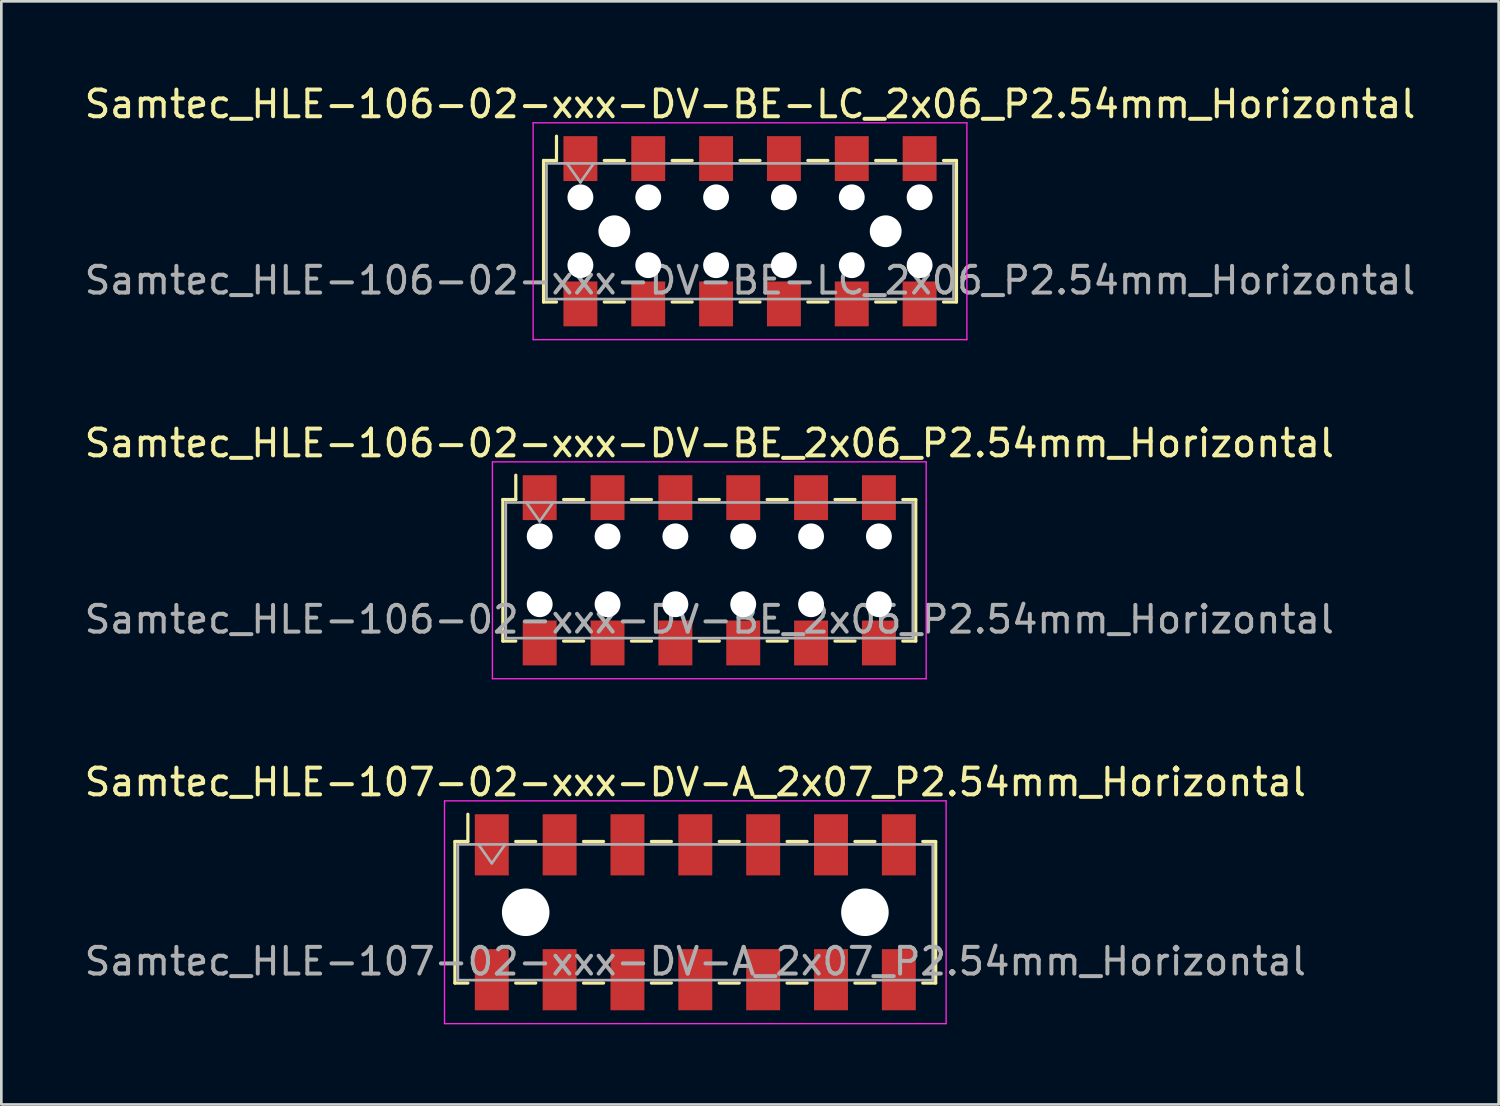
<source format=kicad_pcb>
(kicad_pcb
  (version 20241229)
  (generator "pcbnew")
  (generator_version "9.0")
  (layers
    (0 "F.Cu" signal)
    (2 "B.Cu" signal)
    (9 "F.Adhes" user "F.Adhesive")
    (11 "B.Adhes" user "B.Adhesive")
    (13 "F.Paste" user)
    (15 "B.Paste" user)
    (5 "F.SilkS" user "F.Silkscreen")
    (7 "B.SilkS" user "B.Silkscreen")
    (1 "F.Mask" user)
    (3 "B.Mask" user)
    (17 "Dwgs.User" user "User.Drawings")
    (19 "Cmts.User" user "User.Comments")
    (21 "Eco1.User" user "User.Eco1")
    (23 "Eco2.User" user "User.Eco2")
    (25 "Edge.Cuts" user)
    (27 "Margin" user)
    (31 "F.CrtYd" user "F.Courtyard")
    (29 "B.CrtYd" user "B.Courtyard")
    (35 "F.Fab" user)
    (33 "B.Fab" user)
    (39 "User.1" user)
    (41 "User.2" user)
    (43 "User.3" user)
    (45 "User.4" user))
  (footprint "Samtec_HLE-106-02-xxx-DV-BE-LC_2x06_P2.54mm_Horizontal"
    (layer "F.Cu")
    (at 25.03 5.608)
    (property "Reference" "Samtec_HLE-106-02-xxx-DV-BE-LC_2x06_P2.54mm_Horizontal" (at 0 -4.76 0) (layer "F.SilkS") (effects (font (size 1 1) (thickness 0.15))))
    (attr smd)
    (fp_line (start -7.73 -2.65) (end -7.73 2.65) (stroke (width 0.12) (type solid)) (layer "F.SilkS"))
    (fp_line (start -7.73 2.65) (end -7.245 2.65) (stroke (width 0.12) (type solid)) (layer "F.SilkS"))
    (fp_line (start -7.245 -3.56) (end -7.245 -2.65) (stroke (width 0.12) (type solid)) (layer "F.SilkS"))
    (fp_line (start -7.245 -2.65) (end -7.73 -2.65) (stroke (width 0.12) (type solid)) (layer "F.SilkS"))
    (fp_line (start -5.455 -2.65) (end -4.705 -2.65) (stroke (width 0.12) (type solid)) (layer "F.SilkS"))
    (fp_line (start -5.455 2.65) (end -4.705 2.65) (stroke (width 0.12) (type solid)) (layer "F.SilkS"))
    (fp_line (start -2.915 -2.65) (end -2.165 -2.65) (stroke (width 0.12) (type solid)) (layer "F.SilkS"))
    (fp_line (start -2.915 2.65) (end -2.165 2.65) (stroke (width 0.12) (type solid)) (layer "F.SilkS"))
    (fp_line (start -0.375 -2.65) (end 0.375 -2.65) (stroke (width 0.12) (type solid)) (layer "F.SilkS"))
    (fp_line (start -0.375 2.65) (end 0.375 2.65) (stroke (width 0.12) (type solid)) (layer "F.SilkS"))
    (fp_line (start 2.165 -2.65) (end 2.915 -2.65) (stroke (width 0.12) (type solid)) (layer "F.SilkS"))
    (fp_line (start 2.165 2.65) (end 2.915 2.65) (stroke (width 0.12) (type solid)) (layer "F.SilkS"))
    (fp_line (start 4.705 -2.65) (end 5.455 -2.65) (stroke (width 0.12) (type solid)) (layer "F.SilkS"))
    (fp_line (start 4.705 2.65) (end 5.455 2.65) (stroke (width 0.12) (type solid)) (layer "F.SilkS"))
    (fp_line (start 7.245 -2.65) (end 7.73 -2.65) (stroke (width 0.12) (type solid)) (layer "F.SilkS"))
    (fp_line (start 7.73 -2.65) (end 7.73 2.65) (stroke (width 0.12) (type solid)) (layer "F.SilkS"))
    (fp_line (start 7.73 2.65) (end 7.245 2.65) (stroke (width 0.12) (type solid)) (layer "F.SilkS"))
    (fp_line (start -8.12 -4.06) (end 8.12 -4.06) (stroke (width 0.05) (type solid)) (layer "F.CrtYd"))
    (fp_line (start -8.12 4.06) (end -8.12 -4.06) (stroke (width 0.05) (type solid)) (layer "F.CrtYd"))
    (fp_line (start 8.12 -4.06) (end 8.12 4.06) (stroke (width 0.05) (type solid)) (layer "F.CrtYd"))
    (fp_line (start 8.12 4.06) (end -8.12 4.06) (stroke (width 0.05) (type solid)) (layer "F.CrtYd"))
    (fp_line (start -7.62 -2.54) (end 7.62 -2.54) (stroke (width 0.1) (type solid)) (layer "F.Fab"))
    (fp_line (start -7.62 2.54) (end -7.62 -2.54) (stroke (width 0.1) (type solid)) (layer "F.Fab"))
    (fp_line (start -6.85 -2.54) (end -6.35 -1.833) (stroke (width 0.1) (type solid)) (layer "F.Fab"))
    (fp_line (start -6.35 -1.833) (end -5.85 -2.54) (stroke (width 0.1) (type solid)) (layer "F.Fab"))
    (fp_line (start 7.62 -2.54) (end 7.62 2.54) (stroke (width 0.1) (type solid)) (layer "F.Fab"))
    (fp_line (start 7.62 2.54) (end -7.62 2.54) (stroke (width 0.1) (type solid)) (layer "F.Fab"))
    (fp_text user "${REFERENCE}" (at 0 1.84 0) (layer "F.Fab") (effects (font (size 1 1) (thickness 0.15))))
    (pad "" np_thru_hole circle (at -6.35 -1.27) (size 0.97 0.97) (drill 0.97) (layers "*.Cu" "*.Mask"))
    (pad "" np_thru_hole circle (at -6.35 1.27) (size 0.97 0.97) (drill 0.97) (layers "*.Cu" "*.Mask"))
    (pad "" np_thru_hole circle (at -5.08 0) (size 1.19 1.19) (drill 1.19) (layers "*.Cu" "*.Mask"))
    (pad "" np_thru_hole circle (at -3.81 -1.27) (size 0.97 0.97) (drill 0.97) (layers "*.Cu" "*.Mask"))
    (pad "" np_thru_hole circle (at -3.81 1.27) (size 0.97 0.97) (drill 0.97) (layers "*.Cu" "*.Mask"))
    (pad "" np_thru_hole circle (at -1.27 -1.27) (size 0.97 0.97) (drill 0.97) (layers "*.Cu" "*.Mask"))
    (pad "" np_thru_hole circle (at -1.27 1.27) (size 0.97 0.97) (drill 0.97) (layers "*.Cu" "*.Mask"))
    (pad "" np_thru_hole circle (at 1.27 -1.27) (size 0.97 0.97) (drill 0.97) (layers "*.Cu" "*.Mask"))
    (pad "" np_thru_hole circle (at 1.27 1.27) (size 0.97 0.97) (drill 0.97) (layers "*.Cu" "*.Mask"))
    (pad "" np_thru_hole circle (at 3.81 -1.27) (size 0.97 0.97) (drill 0.97) (layers "*.Cu" "*.Mask"))
    (pad "" np_thru_hole circle (at 3.81 1.27) (size 0.97 0.97) (drill 0.97) (layers "*.Cu" "*.Mask"))
    (pad "" np_thru_hole circle (at 5.08 0) (size 1.19 1.19) (drill 1.19) (layers "*.Cu" "*.Mask"))
    (pad "" np_thru_hole circle (at 6.35 -1.27) (size 0.97 0.97) (drill 0.97) (layers "*.Cu" "*.Mask"))
    (pad "" np_thru_hole circle (at 6.35 1.27) (size 0.97 0.97) (drill 0.97) (layers "*.Cu" "*.Mask"))
    (pad "1" smd rect (at -6.35 -2.72) (size 1.27 1.68) (layers "F.Cu" "F.Mask" "F.Paste"))
    (pad "2" smd rect (at -6.35 2.72) (size 1.27 1.68) (layers "F.Cu" "F.Mask" "F.Paste"))
    (pad "3" smd rect (at -3.81 -2.72) (size 1.27 1.68) (layers "F.Cu" "F.Mask" "F.Paste"))
    (pad "4" smd rect (at -3.81 2.72) (size 1.27 1.68) (layers "F.Cu" "F.Mask" "F.Paste"))
    (pad "5" smd rect (at -1.27 -2.72) (size 1.27 1.68) (layers "F.Cu" "F.Mask" "F.Paste"))
    (pad "6" smd rect (at -1.27 2.72) (size 1.27 1.68) (layers "F.Cu" "F.Mask" "F.Paste"))
    (pad "7" smd rect (at 1.27 -2.72) (size 1.27 1.68) (layers "F.Cu" "F.Mask" "F.Paste"))
    (pad "8" smd rect (at 1.27 2.72) (size 1.27 1.68) (layers "F.Cu" "F.Mask" "F.Paste"))
    (pad "9" smd rect (at 3.81 -2.72) (size 1.27 1.68) (layers "F.Cu" "F.Mask" "F.Paste"))
    (pad "10" smd rect (at 3.81 2.72) (size 1.27 1.68) (layers "F.Cu" "F.Mask" "F.Paste"))
    (pad "11" smd rect (at 6.35 -2.72) (size 1.27 1.68) (layers "F.Cu" "F.Mask" "F.Paste"))
    (pad "12" smd rect (at 6.35 2.72) (size 1.27 1.68) (layers "F.Cu" "F.Mask" "F.Paste")))
  (footprint "Samtec_HLE-107-02-xxx-DV-A_2x07_P2.54mm_Horizontal"
    (layer "F.Cu")
    (at 22.982 31.105)
    (property "Reference" "Samtec_HLE-107-02-xxx-DV-A_2x07_P2.54mm_Horizontal" (at 0 -4.87 0) (layer "F.SilkS") (effects (font (size 1 1) (thickness 0.15))))
    (attr smd)
    (fp_line (start -9 -2.65) (end -9 2.65) (stroke (width 0.12) (type solid)) (layer "F.SilkS"))
    (fp_line (start -9 2.65) (end -8.515 2.65) (stroke (width 0.12) (type solid)) (layer "F.SilkS"))
    (fp_line (start -8.515 -3.67) (end -8.515 -2.65) (stroke (width 0.12) (type solid)) (layer "F.SilkS"))
    (fp_line (start -8.515 -2.65) (end -9 -2.65) (stroke (width 0.12) (type solid)) (layer "F.SilkS"))
    (fp_line (start -6.725 -2.65) (end -5.975 -2.65) (stroke (width 0.12) (type solid)) (layer "F.SilkS"))
    (fp_line (start -6.725 2.65) (end -5.975 2.65) (stroke (width 0.12) (type solid)) (layer "F.SilkS"))
    (fp_line (start -4.185 -2.65) (end -3.435 -2.65) (stroke (width 0.12) (type solid)) (layer "F.SilkS"))
    (fp_line (start -4.185 2.65) (end -3.435 2.65) (stroke (width 0.12) (type solid)) (layer "F.SilkS"))
    (fp_line (start -1.645 -2.65) (end -0.895 -2.65) (stroke (width 0.12) (type solid)) (layer "F.SilkS"))
    (fp_line (start -1.645 2.65) (end -0.895 2.65) (stroke (width 0.12) (type solid)) (layer "F.SilkS"))
    (fp_line (start 0.895 -2.65) (end 1.645 -2.65) (stroke (width 0.12) (type solid)) (layer "F.SilkS"))
    (fp_line (start 0.895 2.65) (end 1.645 2.65) (stroke (width 0.12) (type solid)) (layer "F.SilkS"))
    (fp_line (start 3.435 -2.65) (end 4.185 -2.65) (stroke (width 0.12) (type solid)) (layer "F.SilkS"))
    (fp_line (start 3.435 2.65) (end 4.185 2.65) (stroke (width 0.12) (type solid)) (layer "F.SilkS"))
    (fp_line (start 5.975 -2.65) (end 6.725 -2.65) (stroke (width 0.12) (type solid)) (layer "F.SilkS"))
    (fp_line (start 5.975 2.65) (end 6.725 2.65) (stroke (width 0.12) (type solid)) (layer "F.SilkS"))
    (fp_line (start 8.515 -2.65) (end 9 -2.65) (stroke (width 0.12) (type solid)) (layer "F.SilkS"))
    (fp_line (start 9 -2.65) (end 9 2.65) (stroke (width 0.12) (type solid)) (layer "F.SilkS"))
    (fp_line (start 9 2.65) (end 8.515 2.65) (stroke (width 0.12) (type solid)) (layer "F.SilkS"))
    (fp_line (start -9.39 -4.17) (end 9.39 -4.17) (stroke (width 0.05) (type solid)) (layer "F.CrtYd"))
    (fp_line (start -9.39 4.17) (end -9.39 -4.17) (stroke (width 0.05) (type solid)) (layer "F.CrtYd"))
    (fp_line (start 9.39 -4.17) (end 9.39 4.17) (stroke (width 0.05) (type solid)) (layer "F.CrtYd"))
    (fp_line (start 9.39 4.17) (end -9.39 4.17) (stroke (width 0.05) (type solid)) (layer "F.CrtYd"))
    (fp_line (start -8.89 -2.54) (end 8.89 -2.54) (stroke (width 0.1) (type solid)) (layer "F.Fab"))
    (fp_line (start -8.89 2.54) (end -8.89 -2.54) (stroke (width 0.1) (type solid)) (layer "F.Fab"))
    (fp_line (start -8.12 -2.54) (end -7.62 -1.833) (stroke (width 0.1) (type solid)) (layer "F.Fab"))
    (fp_line (start -7.62 -1.833) (end -7.12 -2.54) (stroke (width 0.1) (type solid)) (layer "F.Fab"))
    (fp_line (start 8.89 -2.54) (end 8.89 2.54) (stroke (width 0.1) (type solid)) (layer "F.Fab"))
    (fp_line (start 8.89 2.54) (end -8.89 2.54) (stroke (width 0.1) (type solid)) (layer "F.Fab"))
    (fp_text user "${REFERENCE}" (at 0 1.84 0) (layer "F.Fab") (effects (font (size 1 1) (thickness 0.15))))
    (pad "" np_thru_hole circle (at -6.35 0) (size 1.78 1.78) (drill 1.78) (layers "*.Cu" "*.Mask"))
    (pad "" np_thru_hole circle (at 6.35 0) (size 1.78 1.78) (drill 1.78) (layers "*.Cu" "*.Mask"))
    (pad "1" smd rect (at -7.62 -2.525) (size 1.27 2.29) (layers "F.Cu" "F.Mask" "F.Paste"))
    (pad "2" smd rect (at -7.62 2.525) (size 1.27 2.29) (layers "F.Cu" "F.Mask" "F.Paste"))
    (pad "3" smd rect (at -5.08 -2.525) (size 1.27 2.29) (layers "F.Cu" "F.Mask" "F.Paste"))
    (pad "4" smd rect (at -5.08 2.525) (size 1.27 2.29) (layers "F.Cu" "F.Mask" "F.Paste"))
    (pad "5" smd rect (at -2.54 -2.525) (size 1.27 2.29) (layers "F.Cu" "F.Mask" "F.Paste"))
    (pad "6" smd rect (at -2.54 2.525) (size 1.27 2.29) (layers "F.Cu" "F.Mask" "F.Paste"))
    (pad "7" smd rect (at 0 -2.525) (size 1.27 2.29) (layers "F.Cu" "F.Mask" "F.Paste"))
    (pad "8" smd rect (at 0 2.525) (size 1.27 2.29) (layers "F.Cu" "F.Mask" "F.Paste"))
    (pad "9" smd rect (at 2.54 -2.525) (size 1.27 2.29) (layers "F.Cu" "F.Mask" "F.Paste"))
    (pad "10" smd rect (at 2.54 2.525) (size 1.27 2.29) (layers "F.Cu" "F.Mask" "F.Paste"))
    (pad "11" smd rect (at 5.08 -2.525) (size 1.27 2.29) (layers "F.Cu" "F.Mask" "F.Paste"))
    (pad "12" smd rect (at 5.08 2.525) (size 1.27 2.29) (layers "F.Cu" "F.Mask" "F.Paste"))
    (pad "13" smd rect (at 7.62 -2.525) (size 1.27 2.29) (layers "F.Cu" "F.Mask" "F.Paste"))
    (pad "14" smd rect (at 7.62 2.525) (size 1.27 2.29) (layers "F.Cu" "F.Mask" "F.Paste")))
  (footprint "Samtec_HLE-106-02-xxx-DV-BE_2x06_P2.54mm_Horizontal"
    (layer "F.Cu")
    (at 23.506 18.302)
    (property "Reference" "Samtec_HLE-106-02-xxx-DV-BE_2x06_P2.54mm_Horizontal" (at 0 -4.76 0) (layer "F.SilkS") (effects (font (size 1 1) (thickness 0.15))))
    (attr smd)
    (fp_line (start -7.73 -2.65) (end -7.73 2.65) (stroke (width 0.12) (type solid)) (layer "F.SilkS"))
    (fp_line (start -7.73 2.65) (end -7.245 2.65) (stroke (width 0.12) (type solid)) (layer "F.SilkS"))
    (fp_line (start -7.245 -3.56) (end -7.245 -2.65) (stroke (width 0.12) (type solid)) (layer "F.SilkS"))
    (fp_line (start -7.245 -2.65) (end -7.73 -2.65) (stroke (width 0.12) (type solid)) (layer "F.SilkS"))
    (fp_line (start -5.455 -2.65) (end -4.705 -2.65) (stroke (width 0.12) (type solid)) (layer "F.SilkS"))
    (fp_line (start -5.455 2.65) (end -4.705 2.65) (stroke (width 0.12) (type solid)) (layer "F.SilkS"))
    (fp_line (start -2.915 -2.65) (end -2.165 -2.65) (stroke (width 0.12) (type solid)) (layer "F.SilkS"))
    (fp_line (start -2.915 2.65) (end -2.165 2.65) (stroke (width 0.12) (type solid)) (layer "F.SilkS"))
    (fp_line (start -0.375 -2.65) (end 0.375 -2.65) (stroke (width 0.12) (type solid)) (layer "F.SilkS"))
    (fp_line (start -0.375 2.65) (end 0.375 2.65) (stroke (width 0.12) (type solid)) (layer "F.SilkS"))
    (fp_line (start 2.165 -2.65) (end 2.915 -2.65) (stroke (width 0.12) (type solid)) (layer "F.SilkS"))
    (fp_line (start 2.165 2.65) (end 2.915 2.65) (stroke (width 0.12) (type solid)) (layer "F.SilkS"))
    (fp_line (start 4.705 -2.65) (end 5.455 -2.65) (stroke (width 0.12) (type solid)) (layer "F.SilkS"))
    (fp_line (start 4.705 2.65) (end 5.455 2.65) (stroke (width 0.12) (type solid)) (layer "F.SilkS"))
    (fp_line (start 7.245 -2.65) (end 7.73 -2.65) (stroke (width 0.12) (type solid)) (layer "F.SilkS"))
    (fp_line (start 7.73 -2.65) (end 7.73 2.65) (stroke (width 0.12) (type solid)) (layer "F.SilkS"))
    (fp_line (start 7.73 2.65) (end 7.245 2.65) (stroke (width 0.12) (type solid)) (layer "F.SilkS"))
    (fp_line (start -8.12 -4.06) (end 8.12 -4.06) (stroke (width 0.05) (type solid)) (layer "F.CrtYd"))
    (fp_line (start -8.12 4.06) (end -8.12 -4.06) (stroke (width 0.05) (type solid)) (layer "F.CrtYd"))
    (fp_line (start 8.12 -4.06) (end 8.12 4.06) (stroke (width 0.05) (type solid)) (layer "F.CrtYd"))
    (fp_line (start 8.12 4.06) (end -8.12 4.06) (stroke (width 0.05) (type solid)) (layer "F.CrtYd"))
    (fp_line (start -7.62 -2.54) (end 7.62 -2.54) (stroke (width 0.1) (type solid)) (layer "F.Fab"))
    (fp_line (start -7.62 2.54) (end -7.62 -2.54) (stroke (width 0.1) (type solid)) (layer "F.Fab"))
    (fp_line (start -6.85 -2.54) (end -6.35 -1.833) (stroke (width 0.1) (type solid)) (layer "F.Fab"))
    (fp_line (start -6.35 -1.833) (end -5.85 -2.54) (stroke (width 0.1) (type solid)) (layer "F.Fab"))
    (fp_line (start 7.62 -2.54) (end 7.62 2.54) (stroke (width 0.1) (type solid)) (layer "F.Fab"))
    (fp_line (start 7.62 2.54) (end -7.62 2.54) (stroke (width 0.1) (type solid)) (layer "F.Fab"))
    (fp_text user "${REFERENCE}" (at 0 1.84 0) (layer "F.Fab") (effects (font (size 1 1) (thickness 0.15))))
    (pad "" np_thru_hole circle (at -6.35 -1.27) (size 0.97 0.97) (drill 0.97) (layers "*.Cu" "*.Mask"))
    (pad "" np_thru_hole circle (at -6.35 1.27) (size 0.97 0.97) (drill 0.97) (layers "*.Cu" "*.Mask"))
    (pad "" np_thru_hole circle (at -3.81 -1.27) (size 0.97 0.97) (drill 0.97) (layers "*.Cu" "*.Mask"))
    (pad "" np_thru_hole circle (at -3.81 1.27) (size 0.97 0.97) (drill 0.97) (layers "*.Cu" "*.Mask"))
    (pad "" np_thru_hole circle (at -1.27 -1.27) (size 0.97 0.97) (drill 0.97) (layers "*.Cu" "*.Mask"))
    (pad "" np_thru_hole circle (at -1.27 1.27) (size 0.97 0.97) (drill 0.97) (layers "*.Cu" "*.Mask"))
    (pad "" np_thru_hole circle (at 1.27 -1.27) (size 0.97 0.97) (drill 0.97) (layers "*.Cu" "*.Mask"))
    (pad "" np_thru_hole circle (at 1.27 1.27) (size 0.97 0.97) (drill 0.97) (layers "*.Cu" "*.Mask"))
    (pad "" np_thru_hole circle (at 3.81 -1.27) (size 0.97 0.97) (drill 0.97) (layers "*.Cu" "*.Mask"))
    (pad "" np_thru_hole circle (at 3.81 1.27) (size 0.97 0.97) (drill 0.97) (layers "*.Cu" "*.Mask"))
    (pad "" np_thru_hole circle (at 6.35 -1.27) (size 0.97 0.97) (drill 0.97) (layers "*.Cu" "*.Mask"))
    (pad "" np_thru_hole circle (at 6.35 1.27) (size 0.97 0.97) (drill 0.97) (layers "*.Cu" "*.Mask"))
    (pad "1" smd rect (at -6.35 -2.72) (size 1.27 1.68) (layers "F.Cu" "F.Mask" "F.Paste"))
    (pad "2" smd rect (at -6.35 2.72) (size 1.27 1.68) (layers "F.Cu" "F.Mask" "F.Paste"))
    (pad "3" smd rect (at -3.81 -2.72) (size 1.27 1.68) (layers "F.Cu" "F.Mask" "F.Paste"))
    (pad "4" smd rect (at -3.81 2.72) (size 1.27 1.68) (layers "F.Cu" "F.Mask" "F.Paste"))
    (pad "5" smd rect (at -1.27 -2.72) (size 1.27 1.68) (layers "F.Cu" "F.Mask" "F.Paste"))
    (pad "6" smd rect (at -1.27 2.72) (size 1.27 1.68) (layers "F.Cu" "F.Mask" "F.Paste"))
    (pad "7" smd rect (at 1.27 -2.72) (size 1.27 1.68) (layers "F.Cu" "F.Mask" "F.Paste"))
    (pad "8" smd rect (at 1.27 2.72) (size 1.27 1.68) (layers "F.Cu" "F.Mask" "F.Paste"))
    (pad "9" smd rect (at 3.81 -2.72) (size 1.27 1.68) (layers "F.Cu" "F.Mask" "F.Paste"))
    (pad "10" smd rect (at 3.81 2.72) (size 1.27 1.68) (layers "F.Cu" "F.Mask" "F.Paste"))
    (pad "11" smd rect (at 6.35 -2.72) (size 1.27 1.68) (layers "F.Cu" "F.Mask" "F.Paste"))
    (pad "12" smd rect (at 6.35 2.72) (size 1.27 1.68) (layers "F.Cu" "F.Mask" "F.Paste")))
  (gr_rect
    (start -3 -3)
    (end 53.06 38.3)
    (stroke (width 0.1) (type default))
    (fill no)
    (layer "Edge.Cuts")))
</source>
